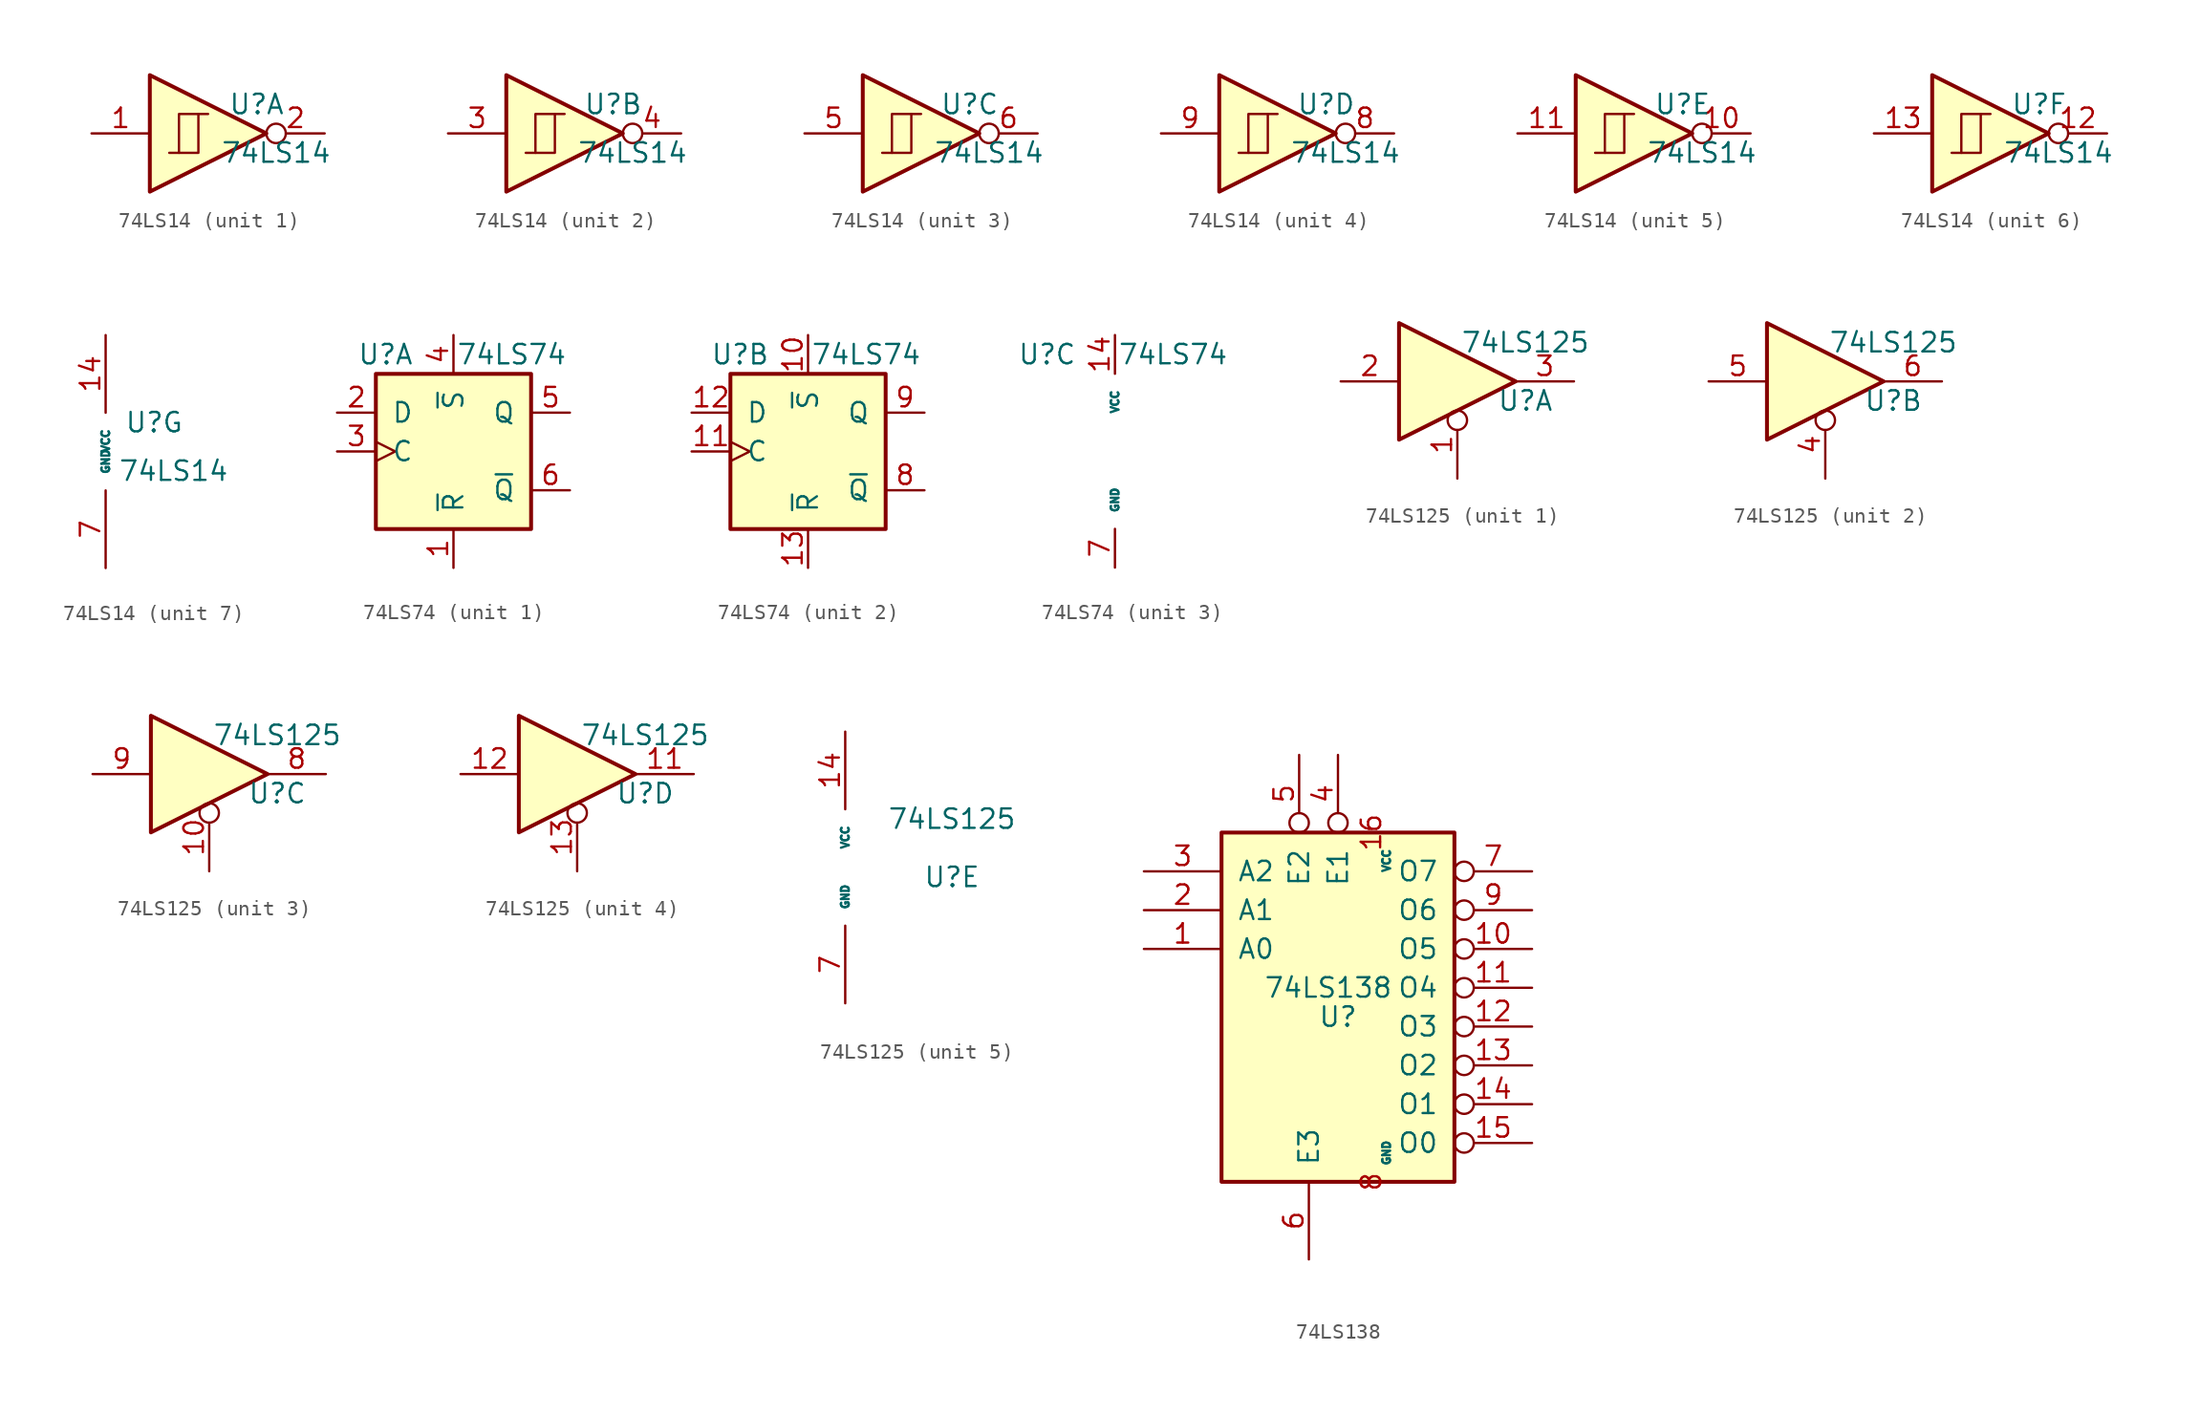
<source format=kicad_sym>
(kicad_symbol_lib
  (version 20211014)
  (generator kicad_symbol_editor)
  (symbol "74LS14"
    (pin_names
      (offset 1.016))
    (property "Reference" "U"
      (at 3.175 1.905 0)
      (effects (font (size 1.27 1.27))))
    (property "Value" "74LS14"
      (at 4.445 -1.27 0)
      (effects (font (size 1.27 1.27))))
    (property "ki_locked" ""
      (at 0 0 0)
      (effects (font (size 1.27 1.27))))
    (symbol "74LS14_1_0"
      (polyline (pts (xy -3.81 3.81) (xy -3.81 -3.81) (xy 3.81 0) (xy -3.81 3.81)) (stroke (width 0.254) (type default) (color 0 0 0 0)) (fill (type background)))
      (pin input line (at -7.62 0 0) (length 3.81) (name "~" (effects (font (size 1.27 1.27)))) (number "1" (effects (font (size 1.27 1.27)))))
      (pin output inverted (at 7.62 0 180) (length 3.81) (name "~" (effects (font (size 1.27 1.27)))) (number "2" (effects (font (size 1.27 1.27))))))
    (symbol "74LS14_1_1"
      (polyline (pts (xy -1.905 -1.27) (xy -1.905 1.27) (xy -0.635 1.27)) (stroke (width 0) (type default) (color 0 0 0 0)) (fill (type none)))
      (polyline (pts (xy -2.54 -1.27) (xy -0.635 -1.27) (xy -0.635 1.27) (xy 0 1.27)) (stroke (width 0) (type default) (color 0 0 0 0)) (fill (type none))))
    (symbol "74LS14_2_0"
      (polyline (pts (xy -3.81 3.81) (xy -3.81 -3.81) (xy 3.81 0) (xy -3.81 3.81)) (stroke (width 0.254) (type default) (color 0 0 0 0)) (fill (type background)))
      (pin input line (at -7.62 0 0) (length 3.81) (name "~" (effects (font (size 1.27 1.27)))) (number "3" (effects (font (size 1.27 1.27)))))
      (pin output inverted (at 7.62 0 180) (length 3.81) (name "~" (effects (font (size 1.27 1.27)))) (number "4" (effects (font (size 1.27 1.27))))))
    (symbol "74LS14_2_1"
      (polyline (pts (xy -1.905 -1.27) (xy -1.905 1.27) (xy -0.635 1.27)) (stroke (width 0) (type default) (color 0 0 0 0)) (fill (type none)))
      (polyline (pts (xy -2.54 -1.27) (xy -0.635 -1.27) (xy -0.635 1.27) (xy 0 1.27)) (stroke (width 0) (type default) (color 0 0 0 0)) (fill (type none))))
    (symbol "74LS14_3_0"
      (polyline (pts (xy -3.81 3.81) (xy -3.81 -3.81) (xy 3.81 0) (xy -3.81 3.81)) (stroke (width 0.254) (type default) (color 0 0 0 0)) (fill (type background)))
      (pin input line (at -7.62 0 0) (length 3.81) (name "~" (effects (font (size 1.27 1.27)))) (number "5" (effects (font (size 1.27 1.27)))))
      (pin output inverted (at 7.62 0 180) (length 3.81) (name "~" (effects (font (size 1.27 1.27)))) (number "6" (effects (font (size 1.27 1.27))))))
    (symbol "74LS14_3_1"
      (polyline (pts (xy -1.905 -1.27) (xy -1.905 1.27) (xy -0.635 1.27)) (stroke (width 0) (type default) (color 0 0 0 0)) (fill (type none)))
      (polyline (pts (xy -2.54 -1.27) (xy -0.635 -1.27) (xy -0.635 1.27) (xy 0 1.27)) (stroke (width 0) (type default) (color 0 0 0 0)) (fill (type none))))
    (symbol "74LS14_4_0"
      (polyline (pts (xy -3.81 3.81) (xy -3.81 -3.81) (xy 3.81 0) (xy -3.81 3.81)) (stroke (width 0.254) (type default) (color 0 0 0 0)) (fill (type background)))
      (pin output inverted (at 7.62 0 180) (length 3.81) (name "~" (effects (font (size 1.27 1.27)))) (number "8" (effects (font (size 1.27 1.27)))))
      (pin input line (at -7.62 0 0) (length 3.81) (name "~" (effects (font (size 1.27 1.27)))) (number "9" (effects (font (size 1.27 1.27))))))
    (symbol "74LS14_4_1"
      (polyline (pts (xy -1.905 -1.27) (xy -1.905 1.27) (xy -0.635 1.27)) (stroke (width 0) (type default) (color 0 0 0 0)) (fill (type none)))
      (polyline (pts (xy -2.54 -1.27) (xy -0.635 -1.27) (xy -0.635 1.27) (xy 0 1.27)) (stroke (width 0) (type default) (color 0 0 0 0)) (fill (type none))))
    (symbol "74LS14_5_0"
      (polyline (pts (xy -3.81 3.81) (xy -3.81 -3.81) (xy 3.81 0) (xy -3.81 3.81)) (stroke (width 0.254) (type default) (color 0 0 0 0)) (fill (type background)))
      (pin output inverted (at 7.62 0 180) (length 3.81) (name "~" (effects (font (size 1.27 1.27)))) (number "10" (effects (font (size 1.27 1.27)))))
      (pin input line (at -7.62 0 0) (length 3.81) (name "~" (effects (font (size 1.27 1.27)))) (number "11" (effects (font (size 1.27 1.27))))))
    (symbol "74LS14_5_1"
      (polyline (pts (xy -1.905 -1.27) (xy -1.905 1.27) (xy -0.635 1.27)) (stroke (width 0) (type default) (color 0 0 0 0)) (fill (type none)))
      (polyline (pts (xy -2.54 -1.27) (xy -0.635 -1.27) (xy -0.635 1.27) (xy 0 1.27)) (stroke (width 0) (type default) (color 0 0 0 0)) (fill (type none))))
    (symbol "74LS14_6_0"
      (polyline (pts (xy -3.81 3.81) (xy -3.81 -3.81) (xy 3.81 0) (xy -3.81 3.81)) (stroke (width 0.254) (type default) (color 0 0 0 0)) (fill (type background)))
      (pin output inverted (at 7.62 0 180) (length 3.81) (name "~" (effects (font (size 1.27 1.27)))) (number "12" (effects (font (size 1.27 1.27)))))
      (pin input line (at -7.62 0 0) (length 3.81) (name "~" (effects (font (size 1.27 1.27)))) (number "13" (effects (font (size 1.27 1.27))))))
    (symbol "74LS14_6_1"
      (polyline (pts (xy -1.905 -1.27) (xy -1.905 1.27) (xy -0.635 1.27)) (stroke (width 0) (type default) (color 0 0 0 0)) (fill (type none)))
      (polyline (pts (xy -2.54 -1.27) (xy -0.635 -1.27) (xy -0.635 1.27) (xy 0 1.27)) (stroke (width 0) (type default) (color 0 0 0 0)) (fill (type none))))
    (symbol "74LS14_7_0"
      (pin power_in line (at 0 7.62 270) (length 5.08) (name "VCC" (effects (font (size 0.508 0.508)))) (number "14" (effects (font (size 1.27 1.27)))))
      (pin power_in line (at 0 -7.62 90) (length 5.08) (name "GND" (effects (font (size 0.508 0.508)))) (number "7" (effects (font (size 1.27 1.27)))))))
  (symbol "74LS74"
    (pin_names
      (offset 1.016))
    (property "Reference" "U"
      (at -4.445 6.35 0)
      (effects (font (size 1.27 1.27))))
    (property "Value" "74LS74"
      (at 3.81 6.35 0)
      (effects (font (size 1.27 1.27))))
    (property "ki_locked" ""
      (at 0 0 0)
      (effects (font (size 1.27 1.27))))
    (symbol "74LS74_1_0"
      (pin input line (at 0 -7.62 90) (length 2.54) (name "~{R}" (effects (font (size 1.27 1.27)))) (number "1" (effects (font (size 1.27 1.27)))))
      (pin input line (at -7.62 2.54 0) (length 2.54) (name "D" (effects (font (size 1.27 1.27)))) (number "2" (effects (font (size 1.27 1.27)))))
      (pin input clock (at -7.62 0 0) (length 2.54) (name "C" (effects (font (size 1.27 1.27)))) (number "3" (effects (font (size 1.27 1.27)))))
      (pin input line (at 0 7.62 270) (length 2.54) (name "~{S}" (effects (font (size 1.27 1.27)))) (number "4" (effects (font (size 1.27 1.27)))))
      (pin output line (at 7.62 2.54 180) (length 2.54) (name "Q" (effects (font (size 1.27 1.27)))) (number "5" (effects (font (size 1.27 1.27)))))
      (pin output line (at 7.62 -2.54 180) (length 2.54) (name "~{Q}" (effects (font (size 1.27 1.27)))) (number "6" (effects (font (size 1.27 1.27))))))
    (symbol "74LS74_1_1"
      (rectangle (start -5.08 5.08) (end 5.08 -5.08) (stroke (width 0.254) (type default) (color 0 0 0 0)) (fill (type background))))
    (symbol "74LS74_2_0"
      (pin input line (at 0 7.62 270) (length 2.54) (name "~{S}" (effects (font (size 1.27 1.27)))) (number "10" (effects (font (size 1.27 1.27)))))
      (pin input clock (at -7.62 0 0) (length 2.54) (name "C" (effects (font (size 1.27 1.27)))) (number "11" (effects (font (size 1.27 1.27)))))
      (pin input line (at -7.62 2.54 0) (length 2.54) (name "D" (effects (font (size 1.27 1.27)))) (number "12" (effects (font (size 1.27 1.27)))))
      (pin input line (at 0 -7.62 90) (length 2.54) (name "~{R}" (effects (font (size 1.27 1.27)))) (number "13" (effects (font (size 1.27 1.27)))))
      (pin output line (at 7.62 -2.54 180) (length 2.54) (name "~{Q}" (effects (font (size 1.27 1.27)))) (number "8" (effects (font (size 1.27 1.27)))))
      (pin output line (at 7.62 2.54 180) (length 2.54) (name "Q" (effects (font (size 1.27 1.27)))) (number "9" (effects (font (size 1.27 1.27))))))
    (symbol "74LS74_2_1"
      (rectangle (start -5.08 5.08) (end 5.08 -5.08) (stroke (width 0.254) (type default) (color 0 0 0 0)) (fill (type background))))
    (symbol "74LS74_3_0"
      (pin power_in line (at 0 7.62 270) (length 2.54) (name "VCC" (effects (font (size 0.508 0.508)))) (number "14" (effects (font (size 1.27 1.27)))))
      (pin power_in line (at 0 -7.62 90) (length 2.54) (name "GND" (effects (font (size 0.508 0.508)))) (number "7" (effects (font (size 1.27 1.27)))))))
  (symbol "74LS125"
    (pin_names
      (offset 1.016))
    (property "Reference" "U"
      (at 4.445 -1.27 0)
      (effects (font (size 1.27 1.27))))
    (property "Value" "74LS125"
      (at 4.445 2.54 0)
      (effects (font (size 1.27 1.27))))
    (property "ki_locked" ""
      (at 0 0 0)
      (effects (font (size 1.27 1.27))))
    (symbol "74LS125_1_0"
      (polyline (pts (xy -3.81 3.81) (xy -3.81 -3.81) (xy 3.81 0) (xy -3.81 3.81)) (stroke (width 0.254) (type default) (color 0 0 0 0)) (fill (type background)))
      (pin input inverted (at 0 -6.35 90) (length 4.445) (name "~" (effects (font (size 1.27 1.27)))) (number "1" (effects (font (size 1.27 1.27)))))
      (pin input line (at -7.62 0 0) (length 3.81) (name "~" (effects (font (size 1.27 1.27)))) (number "2" (effects (font (size 1.27 1.27)))))
      (pin tri_state line (at 7.62 0 180) (length 3.81) (name "~" (effects (font (size 1.27 1.27)))) (number "3" (effects (font (size 1.27 1.27))))))
    (symbol "74LS125_2_0"
      (polyline (pts (xy -3.81 3.81) (xy -3.81 -3.81) (xy 3.81 0) (xy -3.81 3.81)) (stroke (width 0.254) (type default) (color 0 0 0 0)) (fill (type background)))
      (pin input inverted (at 0 -6.35 90) (length 4.445) (name "~" (effects (font (size 1.27 1.27)))) (number "4" (effects (font (size 1.27 1.27)))))
      (pin input line (at -7.62 0 0) (length 3.81) (name "~" (effects (font (size 1.27 1.27)))) (number "5" (effects (font (size 1.27 1.27)))))
      (pin tri_state line (at 7.62 0 180) (length 3.81) (name "~" (effects (font (size 1.27 1.27)))) (number "6" (effects (font (size 1.27 1.27))))))
    (symbol "74LS125_3_0"
      (polyline (pts (xy -3.81 3.81) (xy -3.81 -3.81) (xy 3.81 0) (xy -3.81 3.81)) (stroke (width 0.254) (type default) (color 0 0 0 0)) (fill (type background)))
      (pin input inverted (at 0 -6.35 90) (length 4.445) (name "~" (effects (font (size 1.27 1.27)))) (number "10" (effects (font (size 1.27 1.27)))))
      (pin tri_state line (at 7.62 0 180) (length 3.81) (name "~" (effects (font (size 1.27 1.27)))) (number "8" (effects (font (size 1.27 1.27)))))
      (pin input line (at -7.62 0 0) (length 3.81) (name "~" (effects (font (size 1.27 1.27)))) (number "9" (effects (font (size 1.27 1.27))))))
    (symbol "74LS125_4_0"
      (polyline (pts (xy -3.81 3.81) (xy -3.81 -3.81) (xy 3.81 0) (xy -3.81 3.81)) (stroke (width 0.254) (type default) (color 0 0 0 0)) (fill (type background)))
      (pin tri_state line (at 7.62 0 180) (length 3.81) (name "~" (effects (font (size 1.27 1.27)))) (number "11" (effects (font (size 1.27 1.27)))))
      (pin input line (at -7.62 0 0) (length 3.81) (name "~" (effects (font (size 1.27 1.27)))) (number "12" (effects (font (size 1.27 1.27)))))
      (pin input inverted (at 0 -6.35 90) (length 4.445) (name "~" (effects (font (size 1.27 1.27)))) (number "13" (effects (font (size 1.27 1.27))))))
    (symbol "74LS125_5_0"
      (pin power_in line (at -2.54 8.255 270) (length 5.08) (name "VCC" (effects (font (size 0.508 0.508)))) (number "14" (effects (font (size 1.27 1.27)))))
      (pin power_in line (at -2.54 -9.525 90) (length 5.08) (name "GND" (effects (font (size 0.508 0.508)))) (number "7" (effects (font (size 1.27 1.27)))))))
  (symbol "74LS138"
    (pin_names
      (offset 1.016))
    (property "Reference" "U"
      (at 0 -1.905 0)
      (effects (font (size 1.27 1.27))))
    (property "Value" "74LS138"
      (at -0.635 0 0)
      (effects (font (size 1.27 1.27))))
    (property "ki_locked" ""
      (at 0 0 0)
      (effects (font (size 1.27 1.27))))
    (symbol "74LS138_1_0"
      (pin input line (at -12.7 2.54 0) (length 5.08) (name "A0" (effects (font (size 1.27 1.27)))) (number "1" (effects (font (size 1.27 1.27)))))
      (pin output inverted (at 12.7 2.54 180) (length 5.08) (name "O5" (effects (font (size 1.27 1.27)))) (number "10" (effects (font (size 1.27 1.27)))))
      (pin output inverted (at 12.7 0 180) (length 5.08) (name "O4" (effects (font (size 1.27 1.27)))) (number "11" (effects (font (size 1.27 1.27)))))
      (pin output inverted (at 12.7 -2.54 180) (length 5.08) (name "O3" (effects (font (size 1.27 1.27)))) (number "12" (effects (font (size 1.27 1.27)))))
      (pin output inverted (at 12.7 -5.08 180) (length 5.08) (name "O2" (effects (font (size 1.27 1.27)))) (number "13" (effects (font (size 1.27 1.27)))))
      (pin output inverted (at 12.7 -7.62 180) (length 5.08) (name "O1" (effects (font (size 1.27 1.27)))) (number "14" (effects (font (size 1.27 1.27)))))
      (pin output inverted (at 12.7 -10.16 180) (length 5.08) (name "O0" (effects (font (size 1.27 1.27)))) (number "15" (effects (font (size 1.27 1.27)))))
      (pin power_in line (at 3.175 10.16 270) (length 0) (name "VCC" (effects (font (size 0.508 0.508)))) (number "16" (effects (font (size 1.27 1.27)))))
      (pin input line (at -12.7 5.08 0) (length 5.08) (name "A1" (effects (font (size 1.27 1.27)))) (number "2" (effects (font (size 1.27 1.27)))))
      (pin input line (at -12.7 7.62 0) (length 5.08) (name "A2" (effects (font (size 1.27 1.27)))) (number "3" (effects (font (size 1.27 1.27)))))
      (pin input inverted (at 0 15.24 270) (length 5.08) (name "E1" (effects (font (size 1.27 1.27)))) (number "4" (effects (font (size 1.27 1.27)))))
      (pin input inverted (at -2.54 15.24 270) (length 5.08) (name "E2" (effects (font (size 1.27 1.27)))) (number "5" (effects (font (size 1.27 1.27)))))
      (pin input line (at -1.905 -17.78 90) (length 5.08) (name "E3" (effects (font (size 1.27 1.27)))) (number "6" (effects (font (size 1.27 1.27)))))
      (pin output inverted (at 12.7 7.62 180) (length 5.08) (name "O7" (effects (font (size 1.27 1.27)))) (number "7" (effects (font (size 1.27 1.27)))))
      (pin power_in line (at 3.175 -12.7 90) (length 0) (name "GND" (effects (font (size 0.508 0.508)))) (number "8" (effects (font (size 1.27 1.27)))))
      (pin output inverted (at 12.7 5.08 180) (length 5.08) (name "O6" (effects (font (size 1.27 1.27)))) (number "9" (effects (font (size 1.27 1.27))))))
    (symbol "74LS138_1_1"
      (rectangle (start -7.62 10.16) (end 7.62 -12.7) (stroke (width 0.254) (type default) (color 0 0 0 0)) (fill (type background))))))
</source>
